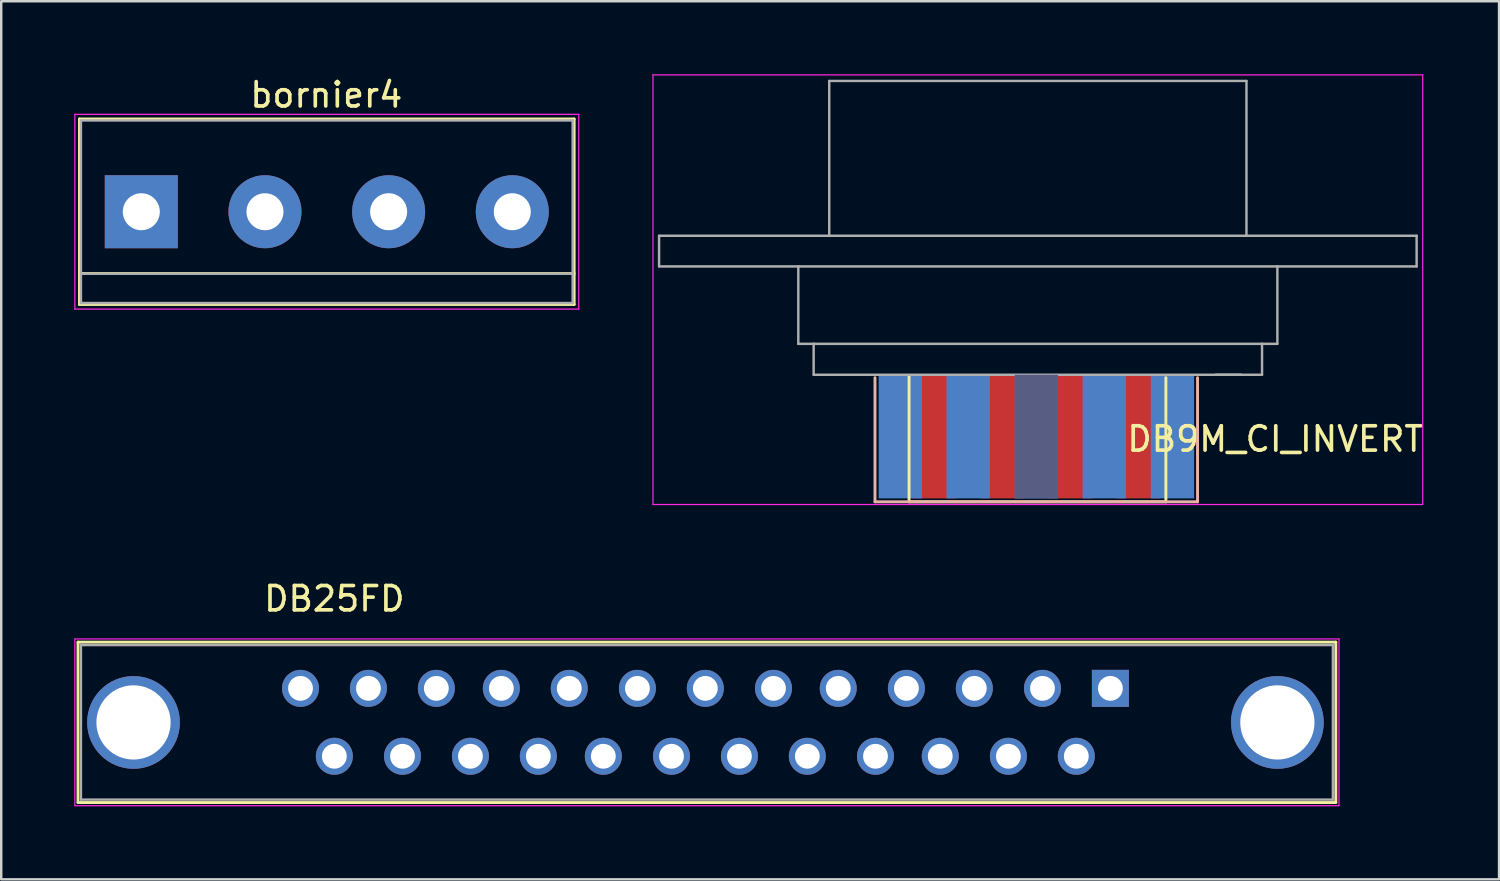
<source format=kicad_pcb>
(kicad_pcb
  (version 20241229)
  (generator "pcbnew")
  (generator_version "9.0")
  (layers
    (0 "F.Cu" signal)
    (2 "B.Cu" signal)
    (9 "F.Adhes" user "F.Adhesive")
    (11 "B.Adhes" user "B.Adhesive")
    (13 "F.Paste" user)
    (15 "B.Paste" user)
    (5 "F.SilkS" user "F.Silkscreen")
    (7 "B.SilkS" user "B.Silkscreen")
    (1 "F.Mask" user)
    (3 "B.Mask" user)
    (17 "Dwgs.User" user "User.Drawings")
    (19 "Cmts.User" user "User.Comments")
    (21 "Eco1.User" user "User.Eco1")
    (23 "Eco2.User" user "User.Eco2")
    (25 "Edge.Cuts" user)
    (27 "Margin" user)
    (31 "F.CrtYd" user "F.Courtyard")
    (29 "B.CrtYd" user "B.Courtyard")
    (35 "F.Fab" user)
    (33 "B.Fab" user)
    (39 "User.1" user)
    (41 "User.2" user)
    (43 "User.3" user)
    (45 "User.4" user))
  (footprint "DB25FD"
    (layer "F.Cu")
    (at 42.565 25.228)
    (property "Reference" "DB25FD" (at -31.88 -3.68 180) (layer "F.SilkS") (effects (font (size 1 1) (thickness 0.15))))
    (attr through_hole)
    (fp_line (start -42.41 -1.9) (end -42.41 4.69) (stroke (width 0.12) (type solid)) (layer "F.SilkS"))
    (fp_line (start -42.41 -1.9) (end 9.26 -1.9) (stroke (width 0.12) (type solid)) (layer "F.SilkS"))
    (fp_line (start 9.26 4.69) (end -42.41 4.69) (stroke (width 0.12) (type solid)) (layer "F.SilkS"))
    (fp_line (start 9.26 4.69) (end 9.26 -1.9) (stroke (width 0.12) (type solid)) (layer "F.SilkS"))
    (fp_line (start -42.54 -2.03) (end -42.54 4.82) (stroke (width 0.05) (type solid)) (layer "F.CrtYd"))
    (fp_line (start -42.54 -2.03) (end 9.39 -2.03) (stroke (width 0.05) (type solid)) (layer "F.CrtYd"))
    (fp_line (start 9.39 4.82) (end -42.54 4.82) (stroke (width 0.05) (type solid)) (layer "F.CrtYd"))
    (fp_line (start 9.39 4.82) (end 9.39 -2.03) (stroke (width 0.05) (type solid)) (layer "F.CrtYd"))
    (fp_line (start -42.29 -1.78) (end -42.29 -1.78) (stroke (width 0.1) (type solid)) (layer "F.Fab"))
    (fp_line (start -42.29 -1.78) (end -42.29 4.57) (stroke (width 0.1) (type solid)) (layer "F.Fab"))
    (fp_line (start -42.29 4.57) (end 9.14 4.57) (stroke (width 0.1) (type solid)) (layer "F.Fab"))
    (fp_line (start -42.16 -1.78) (end -42.29 -1.78) (stroke (width 0.1) (type solid)) (layer "F.Fab"))
    (fp_line (start 9.14 -1.78) (end -42.16 -1.78) (stroke (width 0.1) (type solid)) (layer "F.Fab"))
    (fp_line (start 9.14 4.57) (end 9.14 -1.78) (stroke (width 0.1) (type solid)) (layer "F.Fab"))
    (pad "0" thru_hole circle (at -40.13 1.4) (size 3.81 3.81) (drill 3.05) (layers "*.Cu" "*.Mask"))
    (pad "0" thru_hole circle (at 6.86 1.4) (size 3.81 3.81) (drill 3.05) (layers "*.Cu" "*.Mask"))
    (pad "1" thru_hole rect (at 0 0) (size 1.52 1.52) (drill 1.02) (layers "*.Cu" "*.Mask"))
    (pad "2" thru_hole circle (at -2.79 0) (size 1.52 1.52) (drill 1.02) (layers "*.Cu" "*.Mask"))
    (pad "3" thru_hole circle (at -5.59 0) (size 1.52 1.52) (drill 1.02) (layers "*.Cu" "*.Mask"))
    (pad "4" thru_hole circle (at -8.38 0) (size 1.52 1.52) (drill 1.02) (layers "*.Cu" "*.Mask"))
    (pad "5" thru_hole circle (at -11.18 0) (size 1.52 1.52) (drill 1.02) (layers "*.Cu" "*.Mask"))
    (pad "6" thru_hole circle (at -13.84 0) (size 1.52 1.52) (drill 1.02) (layers "*.Cu" "*.Mask"))
    (pad "7" thru_hole circle (at -16.64 0) (size 1.52 1.52) (drill 1.02) (layers "*.Cu" "*.Mask"))
    (pad "8" thru_hole circle (at -19.43 0) (size 1.52 1.52) (drill 1.02) (layers "*.Cu" "*.Mask"))
    (pad "9" thru_hole circle (at -22.23 0) (size 1.52 1.52) (drill 1.02) (layers "*.Cu" "*.Mask"))
    (pad "10" thru_hole circle (at -25.02 0) (size 1.52 1.52) (drill 1.02) (layers "*.Cu" "*.Mask"))
    (pad "11" thru_hole circle (at -27.69 0) (size 1.52 1.52) (drill 1.02) (layers "*.Cu" "*.Mask"))
    (pad "12" thru_hole circle (at -30.48 0) (size 1.52 1.52) (drill 1.02) (layers "*.Cu" "*.Mask"))
    (pad "13" thru_hole circle (at -33.27 0) (size 1.52 1.52) (drill 1.02) (layers "*.Cu" "*.Mask"))
    (pad "14" thru_hole circle (at -1.4 2.79) (size 1.52 1.52) (drill 1.02) (layers "*.Cu" "*.Mask"))
    (pad "15" thru_hole circle (at -4.19 2.79) (size 1.52 1.52) (drill 1.02) (layers "*.Cu" "*.Mask"))
    (pad "16" thru_hole circle (at -6.99 2.79) (size 1.52 1.52) (drill 1.02) (layers "*.Cu" "*.Mask"))
    (pad "17" thru_hole circle (at -9.65 2.79) (size 1.52 1.52) (drill 1.02) (layers "*.Cu" "*.Mask"))
    (pad "18" thru_hole circle (at -12.45 2.79) (size 1.52 1.52) (drill 1.02) (layers "*.Cu" "*.Mask"))
    (pad "19" thru_hole circle (at -15.24 2.79) (size 1.52 1.52) (drill 1.02) (layers "*.Cu" "*.Mask"))
    (pad "20" thru_hole circle (at -18.03 2.79) (size 1.52 1.52) (drill 1.02) (layers "*.Cu" "*.Mask"))
    (pad "21" thru_hole circle (at -20.83 2.79) (size 1.52 1.52) (drill 1.02) (layers "*.Cu" "*.Mask"))
    (pad "22" thru_hole circle (at -23.5 2.79) (size 1.52 1.52) (drill 1.02) (layers "*.Cu" "*.Mask"))
    (pad "23" thru_hole circle (at -26.29 2.79) (size 1.52 1.52) (drill 1.02) (layers "*.Cu" "*.Mask"))
    (pad "24" thru_hole circle (at -29.08 2.79) (size 1.52 1.52) (drill 1.02) (layers "*.Cu" "*.Mask"))
    (pad "25" thru_hole circle (at -31.88 2.79) (size 1.52 1.52) (drill 1.02) (layers "*.Cu" "*.Mask")))
  (footprint "DB9M_CI_INVERT"
    (layer "F.Cu")
    (at 39.525 14.885)
    (property "Reference" "DB9M_CI_INVERT" (at 9.81 0.1 0) (layer "F.SilkS") (effects (font (size 1 1) (thickness 0.15))))
    (attr smd)
    (fp_line (start -5.23 -2.47) (end -5.23 2.68) (stroke (width 0.12) (type solid)) (layer "F.SilkS"))
    (fp_line (start 5.32 2.68) (end -5.23 2.68) (stroke (width 0.12) (type solid)) (layer "F.SilkS"))
    (fp_line (start 5.32 2.68) (end 5.32 -2.42) (stroke (width 0.12) (type solid)) (layer "F.SilkS"))
    (fp_line (start -6.63 2.68) (end -6.63 -2.42) (stroke (width 0.12) (type solid)) (layer "B.SilkS"))
    (fp_line (start 6.62 -2.42) (end 6.62 2.68) (stroke (width 0.12) (type solid)) (layer "B.SilkS"))
    (fp_line (start 6.62 2.68) (end -6.63 2.68) (stroke (width 0.12) (type solid)) (layer "B.SilkS"))
    (fp_line (start -15.75 -14.86) (end -15.75 2.79) (stroke (width 0.05) (type solid)) (layer "F.CrtYd"))
    (fp_line (start -15.75 -14.86) (end 15.87 -14.86) (stroke (width 0.05) (type solid)) (layer "F.CrtYd"))
    (fp_line (start 15.87 2.79) (end -15.75 2.79) (stroke (width 0.05) (type solid)) (layer "F.CrtYd"))
    (fp_line (start 15.87 2.79) (end 15.87 -14.86) (stroke (width 0.05) (type solid)) (layer "F.CrtYd"))
    (fp_line (start -15.5 -8.25) (end 15.62 -8.25) (stroke (width 0.1) (type solid)) (layer "F.Fab"))
    (fp_line (start -15.5 -6.99) (end -15.5 -8.25) (stroke (width 0.1) (type solid)) (layer "F.Fab"))
    (fp_line (start -9.78 -6.99) (end -15.5 -6.99) (stroke (width 0.1) (type solid)) (layer "F.Fab"))
    (fp_line (start -9.78 -3.81) (end -9.78 -6.99) (stroke (width 0.1) (type solid)) (layer "F.Fab"))
    (fp_line (start -9.15 -3.81) (end -9.78 -3.81) (stroke (width 0.1) (type solid)) (layer "F.Fab"))
    (fp_line (start -9.15 -2.54) (end -9.15 -3.81) (stroke (width 0.1) (type solid)) (layer "F.Fab"))
    (fp_line (start -8.51 -14.61) (end 8.63 -14.61) (stroke (width 0.1) (type solid)) (layer "F.Fab"))
    (fp_line (start -8.51 -8.25) (end -8.51 -14.61) (stroke (width 0.1) (type solid)) (layer "F.Fab"))
    (fp_line (start 7.36 -2.54) (end 9.27 -2.54) (stroke (width 0.1) (type solid)) (layer "F.Fab"))
    (fp_line (start 8.41 -2.54) (end -9.15 -2.54) (stroke (width 0.1) (type solid)) (layer "F.Fab"))
    (fp_line (start 8.63 -8.25) (end 8.63 -14.61) (stroke (width 0.1) (type solid)) (layer "F.Fab"))
    (fp_line (start 9.27 -3.81) (end -9.15 -3.81) (stroke (width 0.1) (type solid)) (layer "F.Fab"))
    (fp_line (start 9.27 -2.54) (end 9.27 -3.81) (stroke (width 0.1) (type solid)) (layer "F.Fab"))
    (fp_line (start 9.9 -6.99) (end -9.78 -6.99) (stroke (width 0.1) (type solid)) (layer "F.Fab"))
    (fp_line (start 9.9 -3.81) (end 9.27 -3.81) (stroke (width 0.1) (type solid)) (layer "F.Fab"))
    (fp_line (start 9.9 -3.81) (end 9.9 -6.99) (stroke (width 0.1) (type solid)) (layer "F.Fab"))
    (fp_line (start 15.62 -6.99) (end 9.9 -6.99) (stroke (width 0.1) (type solid)) (layer "F.Fab"))
    (fp_line (start 15.62 -6.99) (end 15.62 -8.25) (stroke (width 0.1) (type solid)) (layer "F.Fab"))
    (pad "1" connect rect (at -5.59 0) (size 1.78 5.08) (layers "F.Mask" "B.Cu"))
    (pad "2" connect rect (at -2.8 0) (size 1.78 5.08) (layers "B.Cu" "B.Mask"))
    (pad "3" connect rect (at 0 0) (size 1.78 5.08) (layers "B.Cu" "B.Fab"))
    (pad "4" connect rect (at 2.79 0) (size 1.78 5.08) (layers "B.Cu" "B.Mask"))
    (pad "5" connect rect (at 5.59 0) (size 1.78 5.08) (layers "B.Cu" "B.Mask"))
    (pad "6" connect rect (at -4.19 0) (size 1.78 5.08) (layers "F.Cu" "F.Mask"))
    (pad "7" connect rect (at -1.4 0) (size 1.78 5.08) (layers "F.Cu" "F.Mask"))
    (pad "8" connect rect (at 1.4 0) (size 1.78 5.08) (layers "F.Cu" "F.Mask"))
    (pad "9" connect rect (at 4.19 0) (size 1.78 5.08) (layers "F.Cu" "F.Mask")))
  (footprint "bornier4"
    (layer "F.Cu")
    (at 2.755 5.648)
    (property "Reference" "bornier4" (at 7.6 -4.8 0) (layer "F.SilkS") (effects (font (size 1 1) (thickness 0.15))))
    (attr through_hole)
    (fp_line (start -2.54 -3.81) (end -2.54 3.81) (stroke (width 0.12) (type solid)) (layer "F.SilkS"))
    (fp_line (start -2.54 -3.81) (end 17.78 -3.81) (stroke (width 0.12) (type solid)) (layer "F.SilkS"))
    (fp_line (start -2.54 3.81) (end 17.78 3.81) (stroke (width 0.12) (type solid)) (layer "F.SilkS"))
    (fp_line (start 17.78 2.54) (end -2.54 2.54) (stroke (width 0.12) (type solid)) (layer "F.SilkS"))
    (fp_line (start 17.78 3.81) (end 17.78 -3.81) (stroke (width 0.12) (type solid)) (layer "F.SilkS"))
    (fp_line (start -2.73 -4) (end -2.73 4) (stroke (width 0.05) (type solid)) (layer "F.CrtYd"))
    (fp_line (start -2.73 -4) (end 17.97 -4) (stroke (width 0.05) (type solid)) (layer "F.CrtYd"))
    (fp_line (start 17.97 4) (end -2.73 4) (stroke (width 0.05) (type solid)) (layer "F.CrtYd"))
    (fp_line (start 17.97 4) (end 17.97 -4) (stroke (width 0.05) (type solid)) (layer "F.CrtYd"))
    (fp_line (start -2.48 -3.75) (end 17.72 -3.75) (stroke (width 0.1) (type solid)) (layer "F.Fab"))
    (fp_line (start -2.48 2.55) (end 17.72 2.55) (stroke (width 0.1) (type solid)) (layer "F.Fab"))
    (fp_line (start -2.48 3.75) (end -2.48 -3.75) (stroke (width 0.1) (type solid)) (layer "F.Fab"))
    (fp_line (start -2.43 3.75) (end -2.48 3.75) (stroke (width 0.1) (type solid)) (layer "F.Fab"))
    (fp_line (start 17.72 -3.75) (end 17.72 3.75) (stroke (width 0.1) (type solid)) (layer "F.Fab"))
    (fp_line (start 17.72 3.75) (end -2.43 3.75) (stroke (width 0.1) (type solid)) (layer "F.Fab"))
    (pad "1" thru_hole rect (at 0 0) (size 3 3) (drill 1.52) (layers "*.Cu" "*.Mask"))
    (pad "2" thru_hole circle (at 5.08 0) (size 3 3) (drill 1.52) (layers "*.Cu" "*.Mask"))
    (pad "3" thru_hole circle (at 10.16 0) (size 3 3) (drill 1.52) (layers "*.Cu" "*.Mask"))
    (pad "4" thru_hole circle (at 15.24 0) (size 3 3) (drill 1.52) (layers "*.Cu" "*.Mask")))
  (gr_rect
    (start -3 -3)
    (end 58.531 33.073)
    (stroke (width 0.1) (type default))
    (fill no)
    (layer "Edge.Cuts")))
</source>
